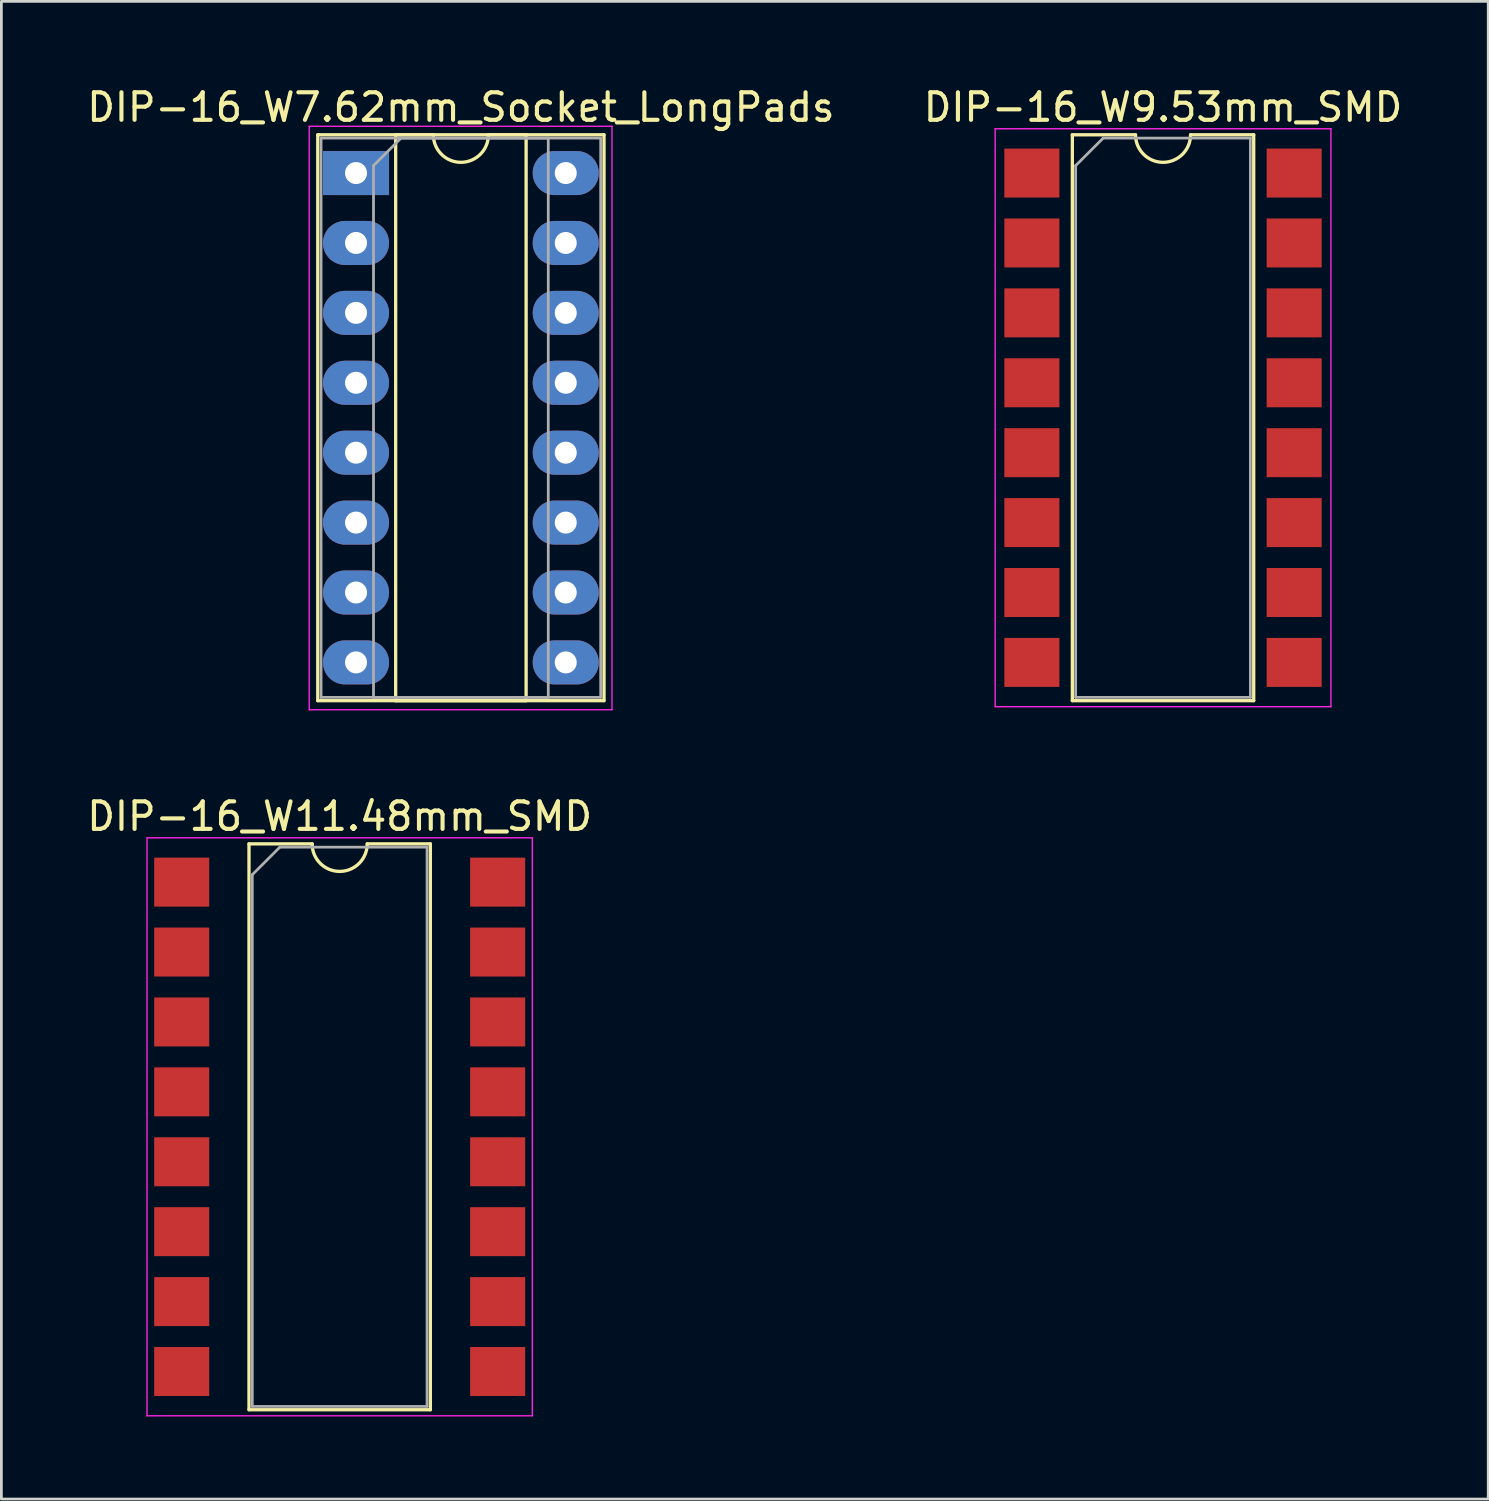
<source format=kicad_pcb>
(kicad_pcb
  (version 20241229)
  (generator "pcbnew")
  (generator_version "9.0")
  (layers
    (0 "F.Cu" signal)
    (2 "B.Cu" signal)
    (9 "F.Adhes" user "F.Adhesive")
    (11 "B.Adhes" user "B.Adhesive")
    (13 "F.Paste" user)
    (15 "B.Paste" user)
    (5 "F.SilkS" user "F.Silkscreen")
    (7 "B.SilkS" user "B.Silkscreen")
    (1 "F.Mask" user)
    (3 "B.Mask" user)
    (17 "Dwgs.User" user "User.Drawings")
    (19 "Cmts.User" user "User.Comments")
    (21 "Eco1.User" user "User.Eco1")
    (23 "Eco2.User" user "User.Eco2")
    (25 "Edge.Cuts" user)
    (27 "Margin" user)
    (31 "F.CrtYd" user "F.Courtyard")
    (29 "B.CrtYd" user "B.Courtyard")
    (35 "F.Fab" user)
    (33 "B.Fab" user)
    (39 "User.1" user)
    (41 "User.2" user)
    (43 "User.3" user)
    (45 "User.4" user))
  (footprint "DIP-16_W11.48mm_SMD"
    (layer "F.Cu")
    (at 9.292 37.892)
    (property "Reference" "DIP-16_W11.48mm_SMD" (at 0 -11.28 0) (layer "F.SilkS") (effects (font (size 1 1) (thickness 0.15))))
    (attr smd)
    (fp_line (start -3.295 -10.28) (end -3.295 10.28) (stroke (width 0.12) (type solid)) (layer "F.SilkS"))
    (fp_line (start -3.295 10.28) (end 3.295 10.28) (stroke (width 0.12) (type solid)) (layer "F.SilkS"))
    (fp_line (start -1 -10.28) (end -3.295 -10.28) (stroke (width 0.12) (type solid)) (layer "F.SilkS"))
    (fp_line (start 3.295 -10.28) (end 1 -10.28) (stroke (width 0.12) (type solid)) (layer "F.SilkS"))
    (fp_line (start 3.295 10.28) (end 3.295 -10.28) (stroke (width 0.12) (type solid)) (layer "F.SilkS"))
    (fp_arc (start 1 -10.28) (mid 0 -9.28) (end -1 -10.28) (stroke (width 0.12) (type solid)) (layer "F.SilkS"))
    (fp_line (start -7 -10.5) (end -7 10.5) (stroke (width 0.05) (type solid)) (layer "F.CrtYd"))
    (fp_line (start -7 10.5) (end 7 10.5) (stroke (width 0.05) (type solid)) (layer "F.CrtYd"))
    (fp_line (start 7 -10.5) (end -7 -10.5) (stroke (width 0.05) (type solid)) (layer "F.CrtYd"))
    (fp_line (start 7 10.5) (end 7 -10.5) (stroke (width 0.05) (type solid)) (layer "F.CrtYd"))
    (fp_line (start -3.175 -9.16) (end -2.175 -10.16) (stroke (width 0.1) (type solid)) (layer "F.Fab"))
    (fp_line (start -3.175 10.16) (end -3.175 -9.16) (stroke (width 0.1) (type solid)) (layer "F.Fab"))
    (fp_line (start -2.175 -10.16) (end 3.175 -10.16) (stroke (width 0.1) (type solid)) (layer "F.Fab"))
    (fp_line (start 3.175 -10.16) (end 3.175 10.16) (stroke (width 0.1) (type solid)) (layer "F.Fab"))
    (fp_line (start 3.175 10.16) (end -3.175 10.16) (stroke (width 0.1) (type solid)) (layer "F.Fab"))
    (pad "1" smd rect (at -5.74 -8.89) (size 2 1.78) (layers "F.Cu" "F.Mask"))
    (pad "2" smd rect (at -5.74 -6.35) (size 2 1.78) (layers "F.Cu" "F.Mask"))
    (pad "3" smd rect (at -5.74 -3.81) (size 2 1.78) (layers "F.Cu" "F.Mask"))
    (pad "4" smd rect (at -5.74 -1.27) (size 2 1.78) (layers "F.Cu" "F.Mask"))
    (pad "5" smd rect (at -5.74 1.27) (size 2 1.78) (layers "F.Cu" "F.Mask"))
    (pad "6" smd rect (at -5.74 3.81) (size 2 1.78) (layers "F.Cu" "F.Mask"))
    (pad "7" smd rect (at -5.74 6.35) (size 2 1.78) (layers "F.Cu" "F.Mask"))
    (pad "8" smd rect (at -5.74 8.89) (size 2 1.78) (layers "F.Cu" "F.Mask"))
    (pad "9" smd rect (at 5.74 8.89) (size 2 1.78) (layers "F.Cu" "F.Mask"))
    (pad "10" smd rect (at 5.74 6.35) (size 2 1.78) (layers "F.Cu" "F.Mask"))
    (pad "11" smd rect (at 5.74 3.81) (size 2 1.78) (layers "F.Cu" "F.Mask"))
    (pad "12" smd rect (at 5.74 1.27) (size 2 1.78) (layers "F.Cu" "F.Mask"))
    (pad "13" smd rect (at 5.74 -1.27) (size 2 1.78) (layers "F.Cu" "F.Mask"))
    (pad "14" smd rect (at 5.74 -3.81) (size 2 1.78) (layers "F.Cu" "F.Mask"))
    (pad "15" smd rect (at 5.74 -6.35) (size 2 1.78) (layers "F.Cu" "F.Mask"))
    (pad "16" smd rect (at 5.74 -8.89) (size 2 1.78) (layers "F.Cu" "F.Mask")))
  (footprint "DIP-16_W7.62mm_Socket_LongPads"
    (layer "F.Cu")
    (at 9.886 3.238)
    (property "Reference" "DIP-16_W7.62mm_Socket_LongPads" (at 3.81 -2.39 0) (layer "F.SilkS") (effects (font (size 1 1) (thickness 0.15))))
    (attr through_hole)
    (fp_line (start -1.39 -1.39) (end -1.39 19.17) (stroke (width 0.12) (type solid)) (layer "F.SilkS"))
    (fp_line (start -1.39 19.17) (end 9.01 19.17) (stroke (width 0.12) (type solid)) (layer "F.SilkS"))
    (fp_line (start 1.44 -1.39) (end 1.44 19.17) (stroke (width 0.12) (type solid)) (layer "F.SilkS"))
    (fp_line (start 1.44 19.17) (end 6.18 19.17) (stroke (width 0.12) (type solid)) (layer "F.SilkS"))
    (fp_line (start 2.81 -1.39) (end 1.44 -1.39) (stroke (width 0.12) (type solid)) (layer "F.SilkS"))
    (fp_line (start 6.18 -1.39) (end 4.81 -1.39) (stroke (width 0.12) (type solid)) (layer "F.SilkS"))
    (fp_line (start 6.18 19.17) (end 6.18 -1.39) (stroke (width 0.12) (type solid)) (layer "F.SilkS"))
    (fp_line (start 9.01 -1.39) (end -1.39 -1.39) (stroke (width 0.12) (type solid)) (layer "F.SilkS"))
    (fp_line (start 9.01 19.17) (end 9.01 -1.39) (stroke (width 0.12) (type solid)) (layer "F.SilkS"))
    (fp_arc (start 4.81 -1.39) (mid 3.81 -0.39) (end 2.81 -1.39) (stroke (width 0.12) (type solid)) (layer "F.SilkS"))
    (fp_line (start -1.7 -1.7) (end -1.7 19.5) (stroke (width 0.05) (type solid)) (layer "F.CrtYd"))
    (fp_line (start -1.7 19.5) (end 9.3 19.5) (stroke (width 0.05) (type solid)) (layer "F.CrtYd"))
    (fp_line (start 9.3 -1.7) (end -1.7 -1.7) (stroke (width 0.05) (type solid)) (layer "F.CrtYd"))
    (fp_line (start 9.3 19.5) (end 9.3 -1.7) (stroke (width 0.05) (type solid)) (layer "F.CrtYd"))
    (fp_line (start -1.27 -1.27) (end -1.27 19.05) (stroke (width 0.1) (type solid)) (layer "F.Fab"))
    (fp_line (start -1.27 19.05) (end 8.89 19.05) (stroke (width 0.1) (type solid)) (layer "F.Fab"))
    (fp_line (start 0.635 -0.27) (end 1.635 -1.27) (stroke (width 0.1) (type solid)) (layer "F.Fab"))
    (fp_line (start 0.635 19.05) (end 0.635 -0.27) (stroke (width 0.1) (type solid)) (layer "F.Fab"))
    (fp_line (start 1.635 -1.27) (end 6.985 -1.27) (stroke (width 0.1) (type solid)) (layer "F.Fab"))
    (fp_line (start 6.985 -1.27) (end 6.985 19.05) (stroke (width 0.1) (type solid)) (layer "F.Fab"))
    (fp_line (start 6.985 19.05) (end 0.635 19.05) (stroke (width 0.1) (type solid)) (layer "F.Fab"))
    (fp_line (start 8.89 -1.27) (end -1.27 -1.27) (stroke (width 0.1) (type solid)) (layer "F.Fab"))
    (fp_line (start 8.89 19.05) (end 8.89 -1.27) (stroke (width 0.1) (type solid)) (layer "F.Fab"))
    (pad "1" thru_hole rect (at 0 0) (size 2.4 1.6) (drill 0.8) (layers "*.Cu" "*.Mask"))
    (pad "2" thru_hole oval (at 0 2.54) (size 2.4 1.6) (drill 0.8) (layers "*.Cu" "*.Mask"))
    (pad "3" thru_hole oval (at 0 5.08) (size 2.4 1.6) (drill 0.8) (layers "*.Cu" "*.Mask"))
    (pad "4" thru_hole oval (at 0 7.62) (size 2.4 1.6) (drill 0.8) (layers "*.Cu" "*.Mask"))
    (pad "5" thru_hole oval (at 0 10.16) (size 2.4 1.6) (drill 0.8) (layers "*.Cu" "*.Mask"))
    (pad "6" thru_hole oval (at 0 12.7) (size 2.4 1.6) (drill 0.8) (layers "*.Cu" "*.Mask"))
    (pad "7" thru_hole oval (at 0 15.24) (size 2.4 1.6) (drill 0.8) (layers "*.Cu" "*.Mask"))
    (pad "8" thru_hole oval (at 0 17.78) (size 2.4 1.6) (drill 0.8) (layers "*.Cu" "*.Mask"))
    (pad "9" thru_hole oval (at 7.62 17.78) (size 2.4 1.6) (drill 0.8) (layers "*.Cu" "*.Mask"))
    (pad "10" thru_hole oval (at 7.62 15.24) (size 2.4 1.6) (drill 0.8) (layers "*.Cu" "*.Mask"))
    (pad "11" thru_hole oval (at 7.62 12.7) (size 2.4 1.6) (drill 0.8) (layers "*.Cu" "*.Mask"))
    (pad "12" thru_hole oval (at 7.62 10.16) (size 2.4 1.6) (drill 0.8) (layers "*.Cu" "*.Mask"))
    (pad "13" thru_hole oval (at 7.62 7.62) (size 2.4 1.6) (drill 0.8) (layers "*.Cu" "*.Mask"))
    (pad "14" thru_hole oval (at 7.62 5.08) (size 2.4 1.6) (drill 0.8) (layers "*.Cu" "*.Mask"))
    (pad "15" thru_hole oval (at 7.62 2.54) (size 2.4 1.6) (drill 0.8) (layers "*.Cu" "*.Mask"))
    (pad "16" thru_hole oval (at 7.62 0) (size 2.4 1.6) (drill 0.8) (layers "*.Cu" "*.Mask")))
  (footprint "DIP-16_W9.53mm_SMD"
    (layer "F.Cu")
    (at 39.208 12.128)
    (property "Reference" "DIP-16_W9.53mm_SMD" (at 0 -11.28 0) (layer "F.SilkS") (effects (font (size 1 1) (thickness 0.15))))
    (attr smd)
    (fp_line (start -3.295 -10.28) (end -3.295 10.28) (stroke (width 0.12) (type solid)) (layer "F.SilkS"))
    (fp_line (start -3.295 10.28) (end 3.295 10.28) (stroke (width 0.12) (type solid)) (layer "F.SilkS"))
    (fp_line (start -1 -10.28) (end -3.295 -10.28) (stroke (width 0.12) (type solid)) (layer "F.SilkS"))
    (fp_line (start 3.295 -10.28) (end 1 -10.28) (stroke (width 0.12) (type solid)) (layer "F.SilkS"))
    (fp_line (start 3.295 10.28) (end 3.295 -10.28) (stroke (width 0.12) (type solid)) (layer "F.SilkS"))
    (fp_arc (start 1 -10.28) (mid 0 -9.28) (end -1 -10.28) (stroke (width 0.12) (type solid)) (layer "F.SilkS"))
    (fp_line (start -6.1 -10.5) (end -6.1 10.5) (stroke (width 0.05) (type solid)) (layer "F.CrtYd"))
    (fp_line (start -6.1 10.5) (end 6.1 10.5) (stroke (width 0.05) (type solid)) (layer "F.CrtYd"))
    (fp_line (start 6.1 -10.5) (end -6.1 -10.5) (stroke (width 0.05) (type solid)) (layer "F.CrtYd"))
    (fp_line (start 6.1 10.5) (end 6.1 -10.5) (stroke (width 0.05) (type solid)) (layer "F.CrtYd"))
    (fp_line (start -3.175 -9.16) (end -2.175 -10.16) (stroke (width 0.1) (type solid)) (layer "F.Fab"))
    (fp_line (start -3.175 10.16) (end -3.175 -9.16) (stroke (width 0.1) (type solid)) (layer "F.Fab"))
    (fp_line (start -2.175 -10.16) (end 3.175 -10.16) (stroke (width 0.1) (type solid)) (layer "F.Fab"))
    (fp_line (start 3.175 -10.16) (end 3.175 10.16) (stroke (width 0.1) (type solid)) (layer "F.Fab"))
    (fp_line (start 3.175 10.16) (end -3.175 10.16) (stroke (width 0.1) (type solid)) (layer "F.Fab"))
    (pad "1" smd rect (at -4.765 -8.89) (size 2 1.78) (layers "F.Cu" "F.Mask"))
    (pad "2" smd rect (at -4.765 -6.35) (size 2 1.78) (layers "F.Cu" "F.Mask"))
    (pad "3" smd rect (at -4.765 -3.81) (size 2 1.78) (layers "F.Cu" "F.Mask"))
    (pad "4" smd rect (at -4.765 -1.27) (size 2 1.78) (layers "F.Cu" "F.Mask"))
    (pad "5" smd rect (at -4.765 1.27) (size 2 1.78) (layers "F.Cu" "F.Mask"))
    (pad "6" smd rect (at -4.765 3.81) (size 2 1.78) (layers "F.Cu" "F.Mask"))
    (pad "7" smd rect (at -4.765 6.35) (size 2 1.78) (layers "F.Cu" "F.Mask"))
    (pad "8" smd rect (at -4.765 8.89) (size 2 1.78) (layers "F.Cu" "F.Mask"))
    (pad "9" smd rect (at 4.765 8.89) (size 2 1.78) (layers "F.Cu" "F.Mask"))
    (pad "10" smd rect (at 4.765 6.35) (size 2 1.78) (layers "F.Cu" "F.Mask"))
    (pad "11" smd rect (at 4.765 3.81) (size 2 1.78) (layers "F.Cu" "F.Mask"))
    (pad "12" smd rect (at 4.765 1.27) (size 2 1.78) (layers "F.Cu" "F.Mask"))
    (pad "13" smd rect (at 4.765 -1.27) (size 2 1.78) (layers "F.Cu" "F.Mask"))
    (pad "14" smd rect (at 4.765 -3.81) (size 2 1.78) (layers "F.Cu" "F.Mask"))
    (pad "15" smd rect (at 4.765 -6.35) (size 2 1.78) (layers "F.Cu" "F.Mask"))
    (pad "16" smd rect (at 4.765 -8.89) (size 2 1.78) (layers "F.Cu" "F.Mask")))
  (gr_rect
    (start -3 -3)
    (end 51.024 51.416)
    (stroke (width 0.1) (type default))
    (fill no)
    (layer "Edge.Cuts")))
</source>
